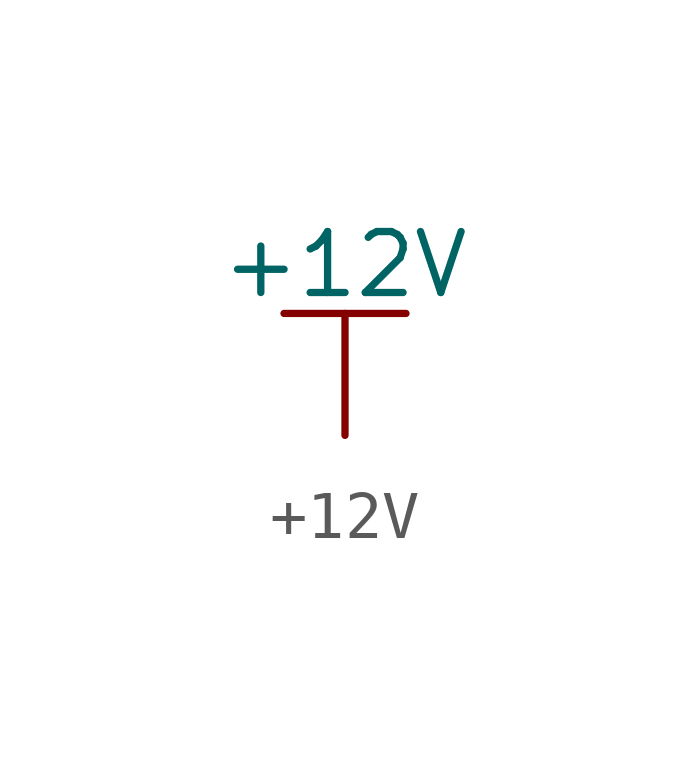
<source format=kicad_sym>
(kicad_symbol_lib
  (version 20220914)
  (generator kicad_symbol_editor)
  (symbol "+12V"
    (power)
    (pin_names
      (offset 0))
    (property "Reference" "#PWR"
      (at 0 -3.81 0)
      (effects (font (size 1.27 1.27)) hide))
    (property "Value" "+12V"
      (at 0 3.556 0)
      (effects (font (size 1.27 1.27))))
    (symbol "+12V_0_1"
      (polyline (pts (xy -1.27 2.54) (xy 1.27 2.54)) (stroke (width 0) (type solid)) (fill (type none)))
      (polyline (pts (xy 0 0) (xy 0 2.54)) (stroke (width 0) (type solid)) (fill (type none))))
    (symbol "+12V_1_1"
      (pin power_in line (at 0 0 90) (length 0) hide (name "+12V" (effects (font (size 1.27 1.27)))) (number "1" (effects (font (size 1.27 1.27))))))))
</source>
